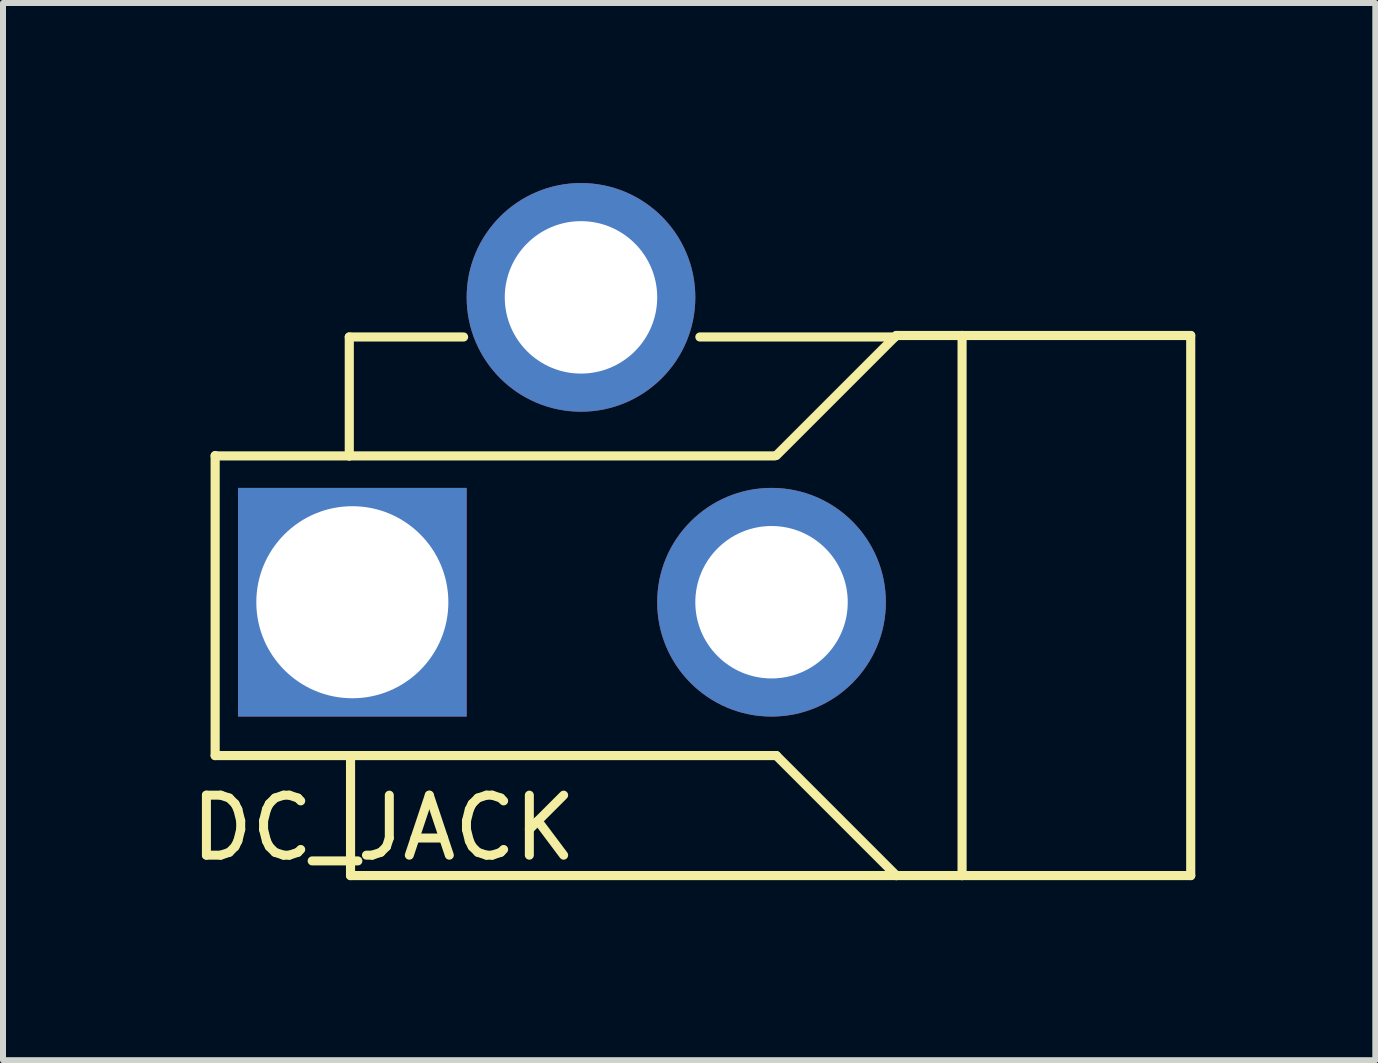
<source format=kicad_pcb>
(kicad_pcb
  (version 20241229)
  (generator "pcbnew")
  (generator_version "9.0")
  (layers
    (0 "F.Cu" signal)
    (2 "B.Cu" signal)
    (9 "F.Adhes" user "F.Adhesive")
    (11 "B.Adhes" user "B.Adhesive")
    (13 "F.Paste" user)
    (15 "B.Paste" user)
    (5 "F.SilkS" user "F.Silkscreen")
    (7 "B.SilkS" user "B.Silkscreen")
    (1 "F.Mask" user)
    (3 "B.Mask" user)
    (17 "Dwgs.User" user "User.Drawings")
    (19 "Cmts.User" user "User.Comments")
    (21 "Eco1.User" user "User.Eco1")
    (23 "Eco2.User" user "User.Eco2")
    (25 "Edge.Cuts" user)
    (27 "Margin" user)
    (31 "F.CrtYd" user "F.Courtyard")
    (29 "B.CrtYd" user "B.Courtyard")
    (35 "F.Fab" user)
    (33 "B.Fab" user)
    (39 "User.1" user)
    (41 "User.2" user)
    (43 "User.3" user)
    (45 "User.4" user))
  (footprint "DC_JACK"
    (layer "F.Cu")
    (at 6.631 6.985)
    (property "Reference" "DC_JACK" (at 0 3.175 0) (layer "F.SilkS") (effects (font (size 1 1) (thickness 0.15)) (justify right top)))
    (attr through_hole)
    (fp_line (start -6.096 -2.445) (end -6.096 2.555) (stroke (width 0.152) (type solid)) (layer "F.SilkS"))
    (fp_line (start -6.096 -2.438) (end -3.861 -2.438) (stroke (width 0.152) (type solid)) (layer "F.SilkS"))
    (fp_line (start -6.096 2.555) (end -3.81 2.555) (stroke (width 0.152) (type solid)) (layer "F.SilkS"))
    (fp_line (start -3.861 -4.42) (end -3.861 -2.438) (stroke (width 0.152) (type solid)) (layer "F.SilkS"))
    (fp_line (start -3.861 -2.438) (end 3.226 -2.438) (stroke (width 0.152) (type solid)) (layer "F.SilkS"))
    (fp_line (start -3.84 2.555) (end 3.255 2.555) (stroke (width 0.152) (type solid)) (layer "F.SilkS"))
    (fp_line (start -3.84 4.555) (end -3.84 2.555) (stroke (width 0.152) (type solid)) (layer "F.SilkS"))
    (fp_line (start -1.956 -4.42) (end -3.861 -4.42) (stroke (width 0.152) (type solid)) (layer "F.SilkS"))
    (fp_line (start 3.255 -2.445) (end 5.255 -4.445) (stroke (width 0.152) (type solid)) (layer "F.SilkS"))
    (fp_line (start 3.255 2.555) (end 5.255 4.555) (stroke (width 0.152) (type solid)) (layer "F.SilkS"))
    (fp_line (start 5.232 -4.42) (end 1.981 -4.42) (stroke (width 0.152) (type solid)) (layer "F.SilkS"))
    (fp_line (start 5.255 -4.445) (end 6.35 -4.445) (stroke (width 0.152) (type solid)) (layer "F.SilkS"))
    (fp_line (start 5.255 4.555) (end -3.84 4.555) (stroke (width 0.152) (type solid)) (layer "F.SilkS"))
    (fp_line (start 6.35 -4.445) (end 6.35 4.555) (stroke (width 0.152) (type solid)) (layer "F.SilkS"))
    (fp_line (start 6.35 -4.445) (end 10.16 -4.445) (stroke (width 0.152) (type solid)) (layer "F.SilkS"))
    (fp_line (start 6.35 4.555) (end 5.255 4.555) (stroke (width 0.152) (type solid)) (layer "F.SilkS"))
    (fp_line (start 10.16 -4.445) (end 10.16 4.555) (stroke (width 0.152) (type solid)) (layer "F.SilkS"))
    (fp_line (start 10.16 4.555) (end 6.35 4.555) (stroke (width 0.152) (type solid)) (layer "F.SilkS"))
    (fp_text user "+" (at 3.175 0 0) (layer "F.SilkS") (effects (font (size 1.593 1.593) (thickness 0.134))))
    (fp_text user "-" (at -3.81 0 0) (layer "F.SilkS") (effects (font (size 1.593 1.593) (thickness 0.134))))
    (fp_text user "R" (at 0 -5.08 0) (layer "F.SilkS") (effects (font (size 1.206 1.206) (thickness 0.102))))
    (pad "1" thru_hole oval (at 3.175 0 270) (size 3.81 3.81) (drill 2.54) (layers "*.Cu" "*.Mask"))
    (pad "2" thru_hole rect (at -3.81 0 180) (size 3.81 3.81) (drill 3.2) (layers "*.Cu" "*.Mask"))
    (pad "3" thru_hole oval (at 0 -5.08 180) (size 3.81 3.81) (drill 2.54) (layers "*.Cu" "*.Mask")))
  (gr_rect
    (start -3 -3)
    (end 19.867 14.616)
    (stroke (width 0.1) (type default))
    (fill no)
    (layer "Edge.Cuts")))
</source>
